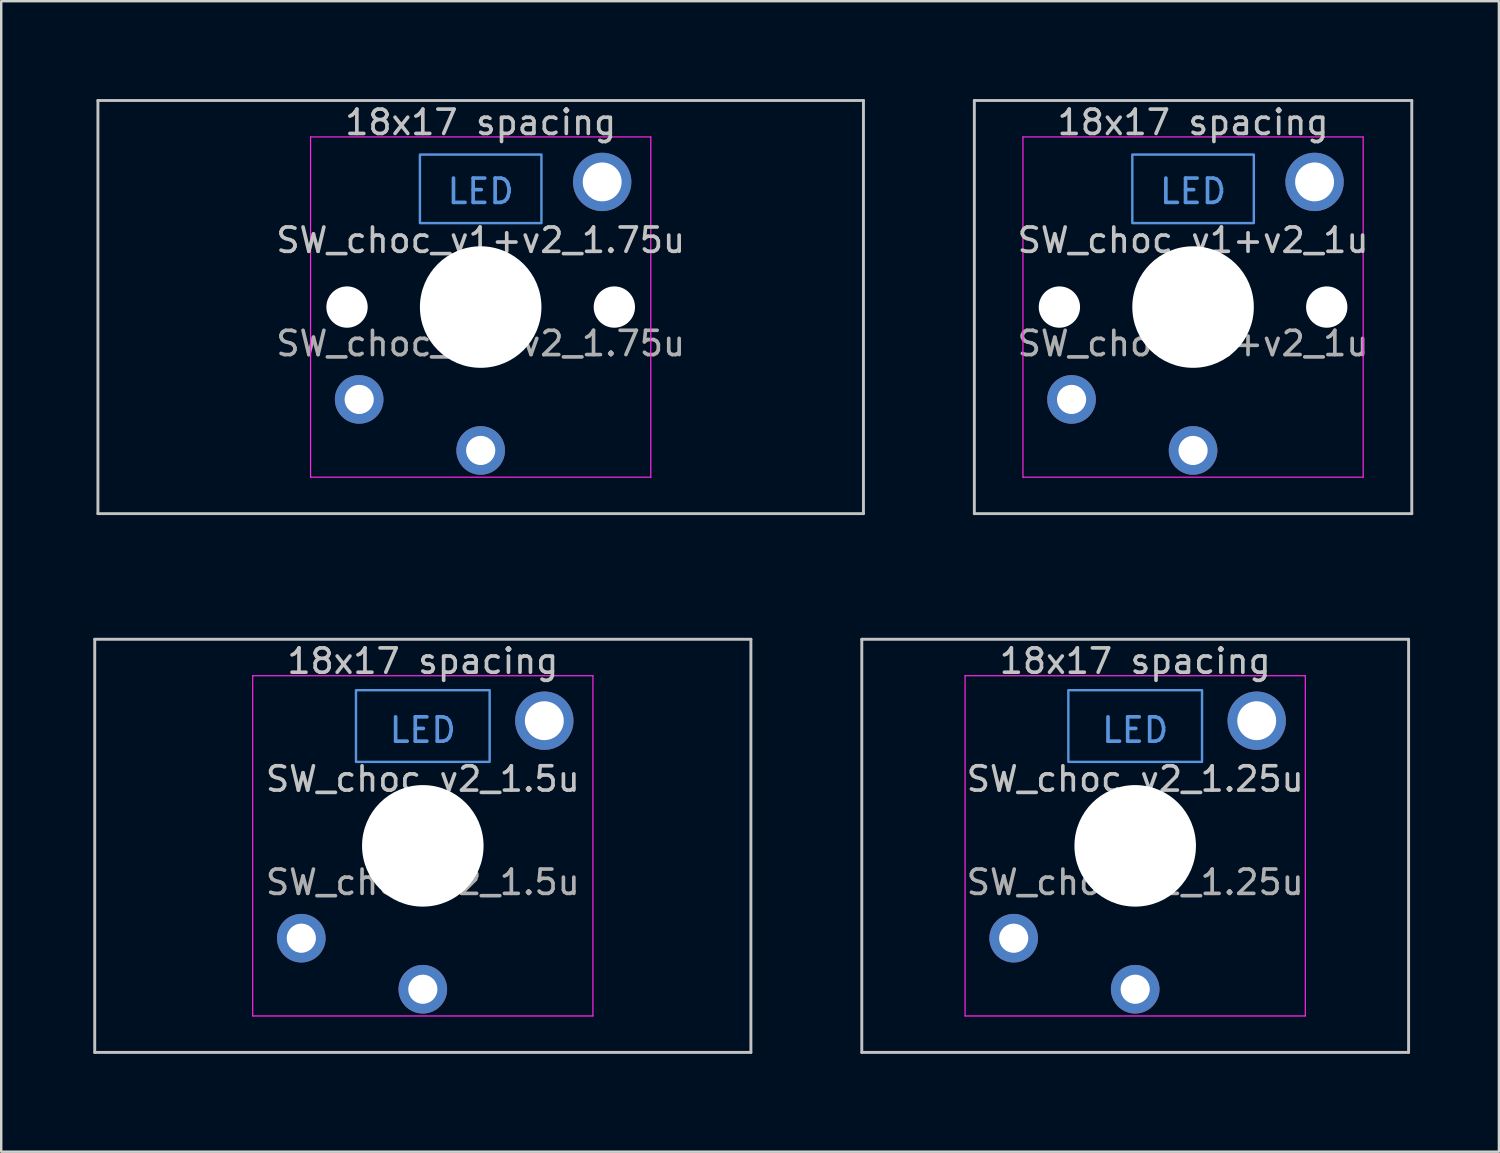
<source format=kicad_pcb>
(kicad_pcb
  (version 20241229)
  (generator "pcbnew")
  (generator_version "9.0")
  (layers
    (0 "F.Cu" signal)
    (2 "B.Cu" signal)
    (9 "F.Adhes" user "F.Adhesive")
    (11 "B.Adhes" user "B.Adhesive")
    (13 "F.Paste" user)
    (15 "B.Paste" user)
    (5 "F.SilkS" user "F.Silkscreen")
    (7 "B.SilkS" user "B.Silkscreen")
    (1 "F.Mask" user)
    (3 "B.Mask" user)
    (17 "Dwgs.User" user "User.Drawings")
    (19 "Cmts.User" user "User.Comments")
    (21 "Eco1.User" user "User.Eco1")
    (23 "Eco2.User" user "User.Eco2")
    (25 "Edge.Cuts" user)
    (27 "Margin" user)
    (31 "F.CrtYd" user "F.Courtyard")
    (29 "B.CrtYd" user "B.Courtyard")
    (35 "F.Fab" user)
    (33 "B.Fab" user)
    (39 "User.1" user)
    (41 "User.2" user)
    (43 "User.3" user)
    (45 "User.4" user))
  (footprint "SW_choc_v2_1.5u"
    (layer "F.Cu")
    (at 14.348 31.755)
    (property "Reference" "SW_choc_v2_1.5u" (at 0 -2.75 180) (layer "Dwgs.User") (effects (font (size 1 1) (thickness 0.15))))
    (attr through_hole exclude_from_pos_files exclude_from_bom)
    (fp_line (start -13.5 -8.5) (end 13.5 -8.5) (stroke (width 0.12) (type solid)) (layer "Dwgs.User"))
    (fp_line (start -13.5 8.5) (end -13.5 -8.5) (stroke (width 0.12) (type solid)) (layer "Dwgs.User"))
    (fp_line (start 13.5 -8.5) (end 13.5 8.5) (stroke (width 0.12) (type solid)) (layer "Dwgs.User"))
    (fp_line (start 13.5 8.5) (end -13.5 8.5) (stroke (width 0.12) (type solid)) (layer "Dwgs.User"))
    (fp_rect (start -2.75 -6.405) (end 2.75 -3.455) (stroke (width 0.1) (type default)) (fill no) (layer "Cmts.User"))
    (fp_line (start -14.287 -9.525) (end -14.287 9.525) (stroke (width 0.12) (type solid)) (layer "Eco1.User"))
    (fp_line (start -14.287 9.525) (end 14.287 9.525) (stroke (width 0.12) (type solid)) (layer "Eco1.User"))
    (fp_line (start 14.287 -9.525) (end -14.287 -9.525) (stroke (width 0.12) (type solid)) (layer "Eco1.User"))
    (fp_line (start 14.287 9.525) (end 14.287 -9.525) (stroke (width 0.12) (type solid)) (layer "Eco1.User"))
    (fp_line (start -6.95 6.45) (end -6.95 -6.45) (stroke (width 0.05) (type solid)) (layer "Eco2.User"))
    (fp_line (start -6.45 -6.95) (end 6.45 -6.95) (stroke (width 0.05) (type solid)) (layer "Eco2.User"))
    (fp_line (start 6.45 6.95) (end -6.45 6.95) (stroke (width 0.05) (type solid)) (layer "Eco2.User"))
    (fp_line (start 6.95 -6.45) (end 6.95 6.45) (stroke (width 0.05) (type solid)) (layer "Eco2.User"))
    (fp_arc (start -6.95 -6.45) (mid -6.803553 -6.803553) (end -6.45 -6.95) (stroke (width 0.05) (type solid)) (layer "Eco2.User"))
    (fp_arc (start -6.45 6.95) (mid -6.803553 6.803553) (end -6.95 6.45) (stroke (width 0.05) (type solid)) (layer "Eco2.User"))
    (fp_arc (start 6.45 -6.95) (mid 6.803553 -6.803553) (end 6.95 -6.45) (stroke (width 0.05) (type solid)) (layer "Eco2.User"))
    (fp_arc (start 6.95 6.45) (mid 6.803553 6.803553) (end 6.45 6.95) (stroke (width 0.05) (type solid)) (layer "Eco2.User"))
    (fp_line (start -7 -7) (end 7 -7) (stroke (width 0.05) (type solid)) (layer "F.CrtYd"))
    (fp_line (start -7 7) (end -7 -7) (stroke (width 0.05) (type solid)) (layer "F.CrtYd"))
    (fp_line (start 7 -7) (end 7 7) (stroke (width 0.05) (type solid)) (layer "F.CrtYd"))
    (fp_line (start 7 7) (end -7 7) (stroke (width 0.05) (type solid)) (layer "F.CrtYd"))
    (fp_text user "18x17 spacing" (at 0 -7.6 0) (layer "Dwgs.User") (effects (font (size 1 1) (thickness 0.15))))
    (fp_text user "LED" (at 0 -4.763 0) (unlocked yes) (layer "Cmts.User") (effects (font (size 1 1) (thickness 0.15))))
    (fp_text user "19.05 spacing" (at 0 -8.7 0) (layer "Eco1.User") (effects (font (size 1 1) (thickness 0.15))))
    (fp_text user "${REFERENCE}" (at 0 1.5 0) (layer "F.Fab") (effects (font (size 1 1) (thickness 0.15))))
    (pad "" np_thru_hole circle (at 0 0 180) (size 5 5) (drill 5) (layers "*.Cu" "*.Mask"))
    (pad "1" thru_hole circle (at -5 3.8 180) (size 2 2) (drill 1.2) (layers "*.Cu" "B.Mask"))
    (pad "2" thru_hole circle (at 0 5.9 180) (size 2 2) (drill 1.2) (layers "*.Cu" "B.Mask"))
    (pad "MP" thru_hole circle (at 5 -5.15 180) (size 2.4 2.4) (drill 1.6) (layers "*.Cu" "B.Mask")))
  (footprint "SW_choc_v2_1.25u"
    (layer "F.Cu")
    (at 43.661 31.755)
    (property "Reference" "SW_choc_v2_1.25u" (at 0 -2.75 180) (layer "Dwgs.User") (effects (font (size 1 1) (thickness 0.15))))
    (attr through_hole exclude_from_pos_files exclude_from_bom)
    (fp_line (start -11.25 -8.5) (end 11.25 -8.5) (stroke (width 0.12) (type solid)) (layer "Dwgs.User"))
    (fp_line (start -11.25 8.5) (end -11.25 -8.5) (stroke (width 0.12) (type solid)) (layer "Dwgs.User"))
    (fp_line (start 11.25 -8.5) (end 11.25 8.5) (stroke (width 0.12) (type solid)) (layer "Dwgs.User"))
    (fp_line (start 11.25 8.5) (end -11.25 8.5) (stroke (width 0.12) (type solid)) (layer "Dwgs.User"))
    (fp_rect (start -2.75 -6.405) (end 2.75 -3.455) (stroke (width 0.1) (type default)) (fill no) (layer "Cmts.User"))
    (fp_line (start -11.906 -9.525) (end -11.906 9.525) (stroke (width 0.12) (type solid)) (layer "Eco1.User"))
    (fp_line (start -11.906 9.525) (end 11.906 9.525) (stroke (width 0.12) (type solid)) (layer "Eco1.User"))
    (fp_line (start 11.906 -9.525) (end -11.906 -9.525) (stroke (width 0.12) (type solid)) (layer "Eco1.User"))
    (fp_line (start 11.906 9.525) (end 11.906 -9.525) (stroke (width 0.12) (type solid)) (layer "Eco1.User"))
    (fp_line (start -6.95 6.45) (end -6.95 -6.45) (stroke (width 0.05) (type solid)) (layer "Eco2.User"))
    (fp_line (start -6.45 -6.95) (end 6.45 -6.95) (stroke (width 0.05) (type solid)) (layer "Eco2.User"))
    (fp_line (start 6.45 6.95) (end -6.45 6.95) (stroke (width 0.05) (type solid)) (layer "Eco2.User"))
    (fp_line (start 6.95 -6.45) (end 6.95 6.45) (stroke (width 0.05) (type solid)) (layer "Eco2.User"))
    (fp_arc (start -6.95 -6.45) (mid -6.803553 -6.803553) (end -6.45 -6.95) (stroke (width 0.05) (type solid)) (layer "Eco2.User"))
    (fp_arc (start -6.45 6.95) (mid -6.803553 6.803553) (end -6.95 6.45) (stroke (width 0.05) (type solid)) (layer "Eco2.User"))
    (fp_arc (start 6.45 -6.95) (mid 6.803553 -6.803553) (end 6.95 -6.45) (stroke (width 0.05) (type solid)) (layer "Eco2.User"))
    (fp_arc (start 6.95 6.45) (mid 6.803553 6.803553) (end 6.45 6.95) (stroke (width 0.05) (type solid)) (layer "Eco2.User"))
    (fp_line (start -7 -7) (end 7 -7) (stroke (width 0.05) (type solid)) (layer "F.CrtYd"))
    (fp_line (start -7 7) (end -7 -7) (stroke (width 0.05) (type solid)) (layer "F.CrtYd"))
    (fp_line (start 7 -7) (end 7 7) (stroke (width 0.05) (type solid)) (layer "F.CrtYd"))
    (fp_line (start 7 7) (end -7 7) (stroke (width 0.05) (type solid)) (layer "F.CrtYd"))
    (fp_text user "18x17 spacing" (at 0 -7.6 0) (layer "Dwgs.User") (effects (font (size 1 1) (thickness 0.15))))
    (fp_text user "LED" (at 0 -4.763 0) (unlocked yes) (layer "Cmts.User") (effects (font (size 1 1) (thickness 0.15))))
    (fp_text user "19.05 spacing" (at 0 -8.7 0) (layer "Eco1.User") (effects (font (size 1 1) (thickness 0.15))))
    (fp_text user "${REFERENCE}" (at 0 1.5 0) (layer "F.Fab") (effects (font (size 1 1) (thickness 0.15))))
    (pad "" np_thru_hole circle (at 0 0 180) (size 5 5) (drill 5) (layers "*.Cu" "*.Mask"))
    (pad "1" thru_hole circle (at -5 3.8 180) (size 2 2) (drill 1.2) (layers "*.Cu" "B.Mask"))
    (pad "2" thru_hole circle (at 0 5.9 180) (size 2 2) (drill 1.2) (layers "*.Cu" "B.Mask"))
    (pad "MP" thru_hole circle (at 5 -5.15 180) (size 2.4 2.4) (drill 1.6) (layers "*.Cu" "B.Mask")))
  (footprint "SW_choc_v1+v2_1u"
    (layer "F.Cu")
    (at 46.042 9.585)
    (property "Reference" "SW_choc_v1+v2_1u" (at 0 -2.75 180) (layer "Dwgs.User") (effects (font (size 1 1) (thickness 0.15))))
    (attr through_hole exclude_from_pos_files exclude_from_bom)
    (fp_line (start -9 -8.5) (end 9 -8.5) (stroke (width 0.12) (type solid)) (layer "Dwgs.User"))
    (fp_line (start -9 8.5) (end -9 -8.5) (stroke (width 0.12) (type solid)) (layer "Dwgs.User"))
    (fp_line (start 9 -8.5) (end 9 8.5) (stroke (width 0.12) (type solid)) (layer "Dwgs.User"))
    (fp_line (start 9 8.5) (end -9 8.5) (stroke (width 0.12) (type solid)) (layer "Dwgs.User"))
    (fp_rect (start -2.5 -6.275) (end 2.5 -3.455) (stroke (width 0.1) (type default)) (fill no) (layer "Cmts.User"))
    (fp_line (start -9.525 -9.525) (end -9.525 9.525) (stroke (width 0.12) (type solid)) (layer "Eco1.User"))
    (fp_line (start -9.525 9.525) (end 9.525 9.525) (stroke (width 0.12) (type solid)) (layer "Eco1.User"))
    (fp_line (start 9.525 -9.525) (end -9.525 -9.525) (stroke (width 0.12) (type solid)) (layer "Eco1.User"))
    (fp_line (start 9.525 9.525) (end 9.525 -9.525) (stroke (width 0.12) (type solid)) (layer "Eco1.User"))
    (fp_line (start -6.95 6.45) (end -6.95 -6.45) (stroke (width 0.05) (type solid)) (layer "Eco2.User"))
    (fp_line (start -6.45 -6.95) (end 6.45 -6.95) (stroke (width 0.05) (type solid)) (layer "Eco2.User"))
    (fp_line (start 6.45 6.95) (end -6.45 6.95) (stroke (width 0.05) (type solid)) (layer "Eco2.User"))
    (fp_line (start 6.95 -6.45) (end 6.95 6.45) (stroke (width 0.05) (type solid)) (layer "Eco2.User"))
    (fp_arc (start -6.95 -6.45) (mid -6.803553 -6.803553) (end -6.45 -6.95) (stroke (width 0.05) (type solid)) (layer "Eco2.User"))
    (fp_arc (start -6.45 6.95) (mid -6.803553 6.803553) (end -6.95 6.45) (stroke (width 0.05) (type solid)) (layer "Eco2.User"))
    (fp_arc (start 6.45 -6.95) (mid 6.803553 -6.803553) (end 6.95 -6.45) (stroke (width 0.05) (type solid)) (layer "Eco2.User"))
    (fp_arc (start 6.95 6.45) (mid 6.803553 6.803553) (end 6.45 6.95) (stroke (width 0.05) (type solid)) (layer "Eco2.User"))
    (fp_line (start -7 -7) (end 7 -7) (stroke (width 0.05) (type solid)) (layer "F.CrtYd"))
    (fp_line (start -7 7) (end -7 -7) (stroke (width 0.05) (type solid)) (layer "F.CrtYd"))
    (fp_line (start 7 -7) (end 7 7) (stroke (width 0.05) (type solid)) (layer "F.CrtYd"))
    (fp_line (start 7 7) (end -7 7) (stroke (width 0.05) (type solid)) (layer "F.CrtYd"))
    (fp_text user "18x17 spacing" (at 0 -7.6 180) (layer "Dwgs.User") (effects (font (size 1 1) (thickness 0.15))))
    (fp_text user "LED" (at 0 -4.763 0) (unlocked yes) (layer "Cmts.User") (effects (font (size 1 1) (thickness 0.15))))
    (fp_text user "19.05 spacing" (at 0 -8.7 180) (layer "Eco1.User") (effects (font (size 1 1) (thickness 0.15))))
    (fp_text user "${REFERENCE}" (at 0 1.5 0) (layer "F.Fab") (effects (font (size 1 1) (thickness 0.15))))
    (pad "" np_thru_hole circle (at -5.5 0 180) (size 1.7 1.7) (drill 1.7) (layers "*.Cu" "*.Mask"))
    (pad "" np_thru_hole circle (at 0 0 180) (size 5 5) (drill 5) (layers "*.Cu" "*.Mask"))
    (pad "" np_thru_hole circle (at 5.5 0 180) (size 1.7 1.7) (drill 1.7) (layers "*.Cu" "*.Mask"))
    (pad "1" thru_hole circle (at -5 3.8 180) (size 2 2) (drill 1.2) (layers "*.Cu" "B.Mask"))
    (pad "2" thru_hole circle (at 0 5.9 180) (size 2 2) (drill 1.2) (layers "*.Cu" "B.Mask"))
    (pad "MP" thru_hole circle (at 5 -5.15 180) (size 2.4 2.4) (drill 1.6) (layers "*.Cu" "B.Mask")))
  (footprint "SW_choc_v1+v2_1.75u"
    (layer "F.Cu")
    (at 16.729 9.585)
    (property "Reference" "SW_choc_v1+v2_1.75u" (at 0 -2.75 180) (layer "Dwgs.User") (effects (font (size 1 1) (thickness 0.15))))
    (attr through_hole exclude_from_pos_files exclude_from_bom)
    (fp_line (start -15.75 -8.5) (end -15.75 8.5) (stroke (width 0.12) (type solid)) (layer "Dwgs.User"))
    (fp_line (start -15.75 8.5) (end 15.75 8.5) (stroke (width 0.12) (type solid)) (layer "Dwgs.User"))
    (fp_line (start 15.75 -8.5) (end -15.75 -8.5) (stroke (width 0.12) (type solid)) (layer "Dwgs.User"))
    (fp_line (start 15.75 8.5) (end 15.75 -8.5) (stroke (width 0.12) (type solid)) (layer "Dwgs.User"))
    (fp_rect (start -2.5 -6.275) (end 2.5 -3.455) (stroke (width 0.1) (type default)) (fill no) (layer "Cmts.User"))
    (fp_line (start -16.669 -9.525) (end 16.669 -9.525) (stroke (width 0.12) (type solid)) (layer "Eco1.User"))
    (fp_line (start -16.669 9.525) (end -16.669 -9.525) (stroke (width 0.12) (type solid)) (layer "Eco1.User"))
    (fp_line (start 16.669 -9.525) (end 16.669 9.525) (stroke (width 0.12) (type solid)) (layer "Eco1.User"))
    (fp_line (start 16.669 9.525) (end -16.669 9.525) (stroke (width 0.12) (type solid)) (layer "Eco1.User"))
    (fp_line (start -6.95 6.45) (end -6.95 -6.45) (stroke (width 0.05) (type solid)) (layer "Eco2.User"))
    (fp_line (start -6.45 -6.95) (end 6.45 -6.95) (stroke (width 0.05) (type solid)) (layer "Eco2.User"))
    (fp_line (start 6.45 6.95) (end -6.45 6.95) (stroke (width 0.05) (type solid)) (layer "Eco2.User"))
    (fp_line (start 6.95 -6.45) (end 6.95 6.45) (stroke (width 0.05) (type solid)) (layer "Eco2.User"))
    (fp_arc (start -6.95 -6.45) (mid -6.803553 -6.803553) (end -6.45 -6.95) (stroke (width 0.05) (type solid)) (layer "Eco2.User"))
    (fp_arc (start -6.45 6.95) (mid -6.803553 6.803553) (end -6.95 6.45) (stroke (width 0.05) (type solid)) (layer "Eco2.User"))
    (fp_arc (start 6.45 -6.95) (mid 6.803553 -6.803553) (end 6.95 -6.45) (stroke (width 0.05) (type solid)) (layer "Eco2.User"))
    (fp_arc (start 6.95 6.45) (mid 6.803553 6.803553) (end 6.45 6.95) (stroke (width 0.05) (type solid)) (layer "Eco2.User"))
    (fp_line (start -7 -7) (end 7 -7) (stroke (width 0.05) (type solid)) (layer "F.CrtYd"))
    (fp_line (start -7 7) (end -7 -7) (stroke (width 0.05) (type solid)) (layer "F.CrtYd"))
    (fp_line (start 7 -7) (end 7 7) (stroke (width 0.05) (type solid)) (layer "F.CrtYd"))
    (fp_line (start 7 7) (end -7 7) (stroke (width 0.05) (type solid)) (layer "F.CrtYd"))
    (fp_text user "18x17 spacing" (at 0 -7.6 180) (layer "Dwgs.User") (effects (font (size 1 1) (thickness 0.15))))
    (fp_text user "LED" (at 0 -4.763 0) (unlocked yes) (layer "Cmts.User") (effects (font (size 1 1) (thickness 0.15))))
    (fp_text user "19.05 spacing" (at 0 -8.7 180) (layer "Eco1.User") (effects (font (size 1 1) (thickness 0.15))))
    (fp_text user "${REFERENCE}" (at 0 1.5 0) (layer "F.Fab") (effects (font (size 1 1) (thickness 0.15))))
    (pad "" np_thru_hole circle (at -5.5 0 180) (size 1.7 1.7) (drill 1.7) (layers "*.Cu" "*.Mask"))
    (pad "" np_thru_hole circle (at 0 0 180) (size 5 5) (drill 5) (layers "*.Cu" "*.Mask"))
    (pad "" np_thru_hole circle (at 5.5 0 180) (size 1.7 1.7) (drill 1.7) (layers "*.Cu" "*.Mask"))
    (pad "1" thru_hole circle (at -5 3.8 180) (size 2 2) (drill 1.2) (layers "*.Cu" "B.Mask"))
    (pad "2" thru_hole circle (at 0 5.9 180) (size 2 2) (drill 1.2) (layers "*.Cu" "B.Mask"))
    (pad "MP" thru_hole circle (at 5 -5.15 180) (size 2.4 2.4) (drill 1.6) (layers "*.Cu" "B.Mask")))
  (gr_rect
    (start -3 -3)
    (end 58.627 44.34)
    (stroke (width 0.1) (type default))
    (fill no)
    (layer "Edge.Cuts")))
</source>
